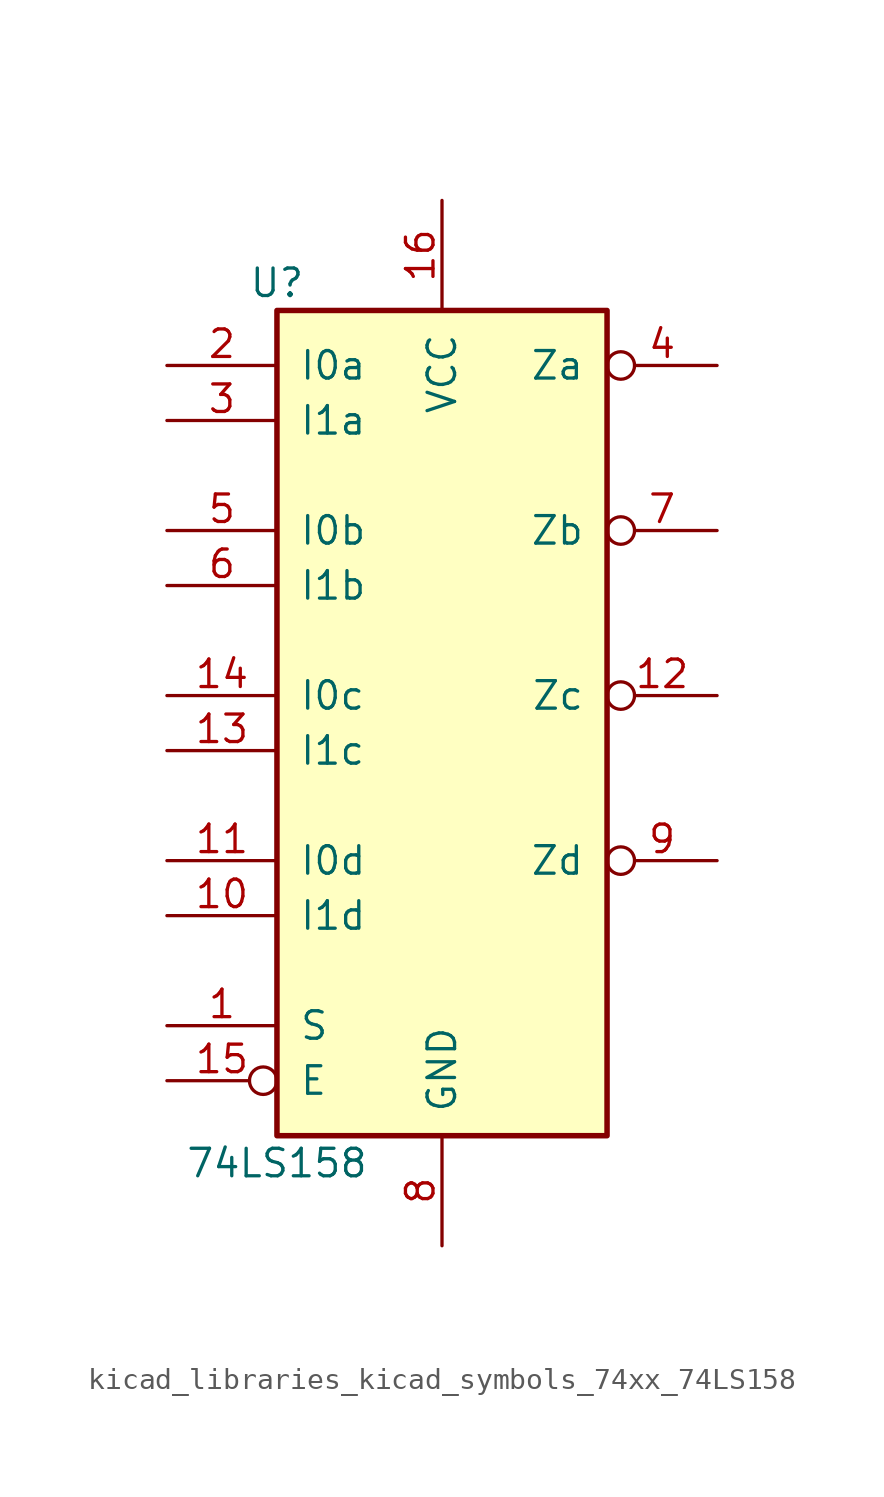
<source format=kicad_sym>
(kicad_symbol_lib
  (version 20220914)
  (generator kicad_symbol_editor)
  (symbol "kicad_libraries_kicad_symbols_74xx_74LS158"
    (pin_names
      (offset 1.016))
    (property "Reference" "U"
      (at -7.62 19.05 0)
      (effects (font (size 1.27 1.27))))
    (property "Value" "74LS158"
      (at -7.62 -21.59 0)
      (effects (font (size 1.27 1.27))))
    (property "ki_locked" ""
      (at 0 0 0)
      (effects (font (size 1.27 1.27))))
    (symbol "kicad_libraries_kicad_symbols_74xx_74LS158_1_0"
      (pin input line (at -12.7 -15.24 0) (length 5.08) (name "S" (effects (font (size 1.27 1.27)))) (number "1" (effects (font (size 1.27 1.27)))))
      (pin input line (at -12.7 -10.16 0) (length 5.08) (name "I1d" (effects (font (size 1.27 1.27)))) (number "10" (effects (font (size 1.27 1.27)))))
      (pin input line (at -12.7 -7.62 0) (length 5.08) (name "I0d" (effects (font (size 1.27 1.27)))) (number "11" (effects (font (size 1.27 1.27)))))
      (pin output inverted (at 12.7 0 180) (length 5.08) (name "Zc" (effects (font (size 1.27 1.27)))) (number "12" (effects (font (size 1.27 1.27)))))
      (pin input line (at -12.7 -2.54 0) (length 5.08) (name "I1c" (effects (font (size 1.27 1.27)))) (number "13" (effects (font (size 1.27 1.27)))))
      (pin input line (at -12.7 0 0) (length 5.08) (name "I0c" (effects (font (size 1.27 1.27)))) (number "14" (effects (font (size 1.27 1.27)))))
      (pin input inverted (at -12.7 -17.78 0) (length 5.08) (name "E" (effects (font (size 1.27 1.27)))) (number "15" (effects (font (size 1.27 1.27)))))
      (pin power_in line (at 0 22.86 270) (length 5.08) (name "VCC" (effects (font (size 1.27 1.27)))) (number "16" (effects (font (size 1.27 1.27)))))
      (pin input line (at -12.7 15.24 0) (length 5.08) (name "I0a" (effects (font (size 1.27 1.27)))) (number "2" (effects (font (size 1.27 1.27)))))
      (pin input line (at -12.7 12.7 0) (length 5.08) (name "I1a" (effects (font (size 1.27 1.27)))) (number "3" (effects (font (size 1.27 1.27)))))
      (pin output inverted (at 12.7 15.24 180) (length 5.08) (name "Za" (effects (font (size 1.27 1.27)))) (number "4" (effects (font (size 1.27 1.27)))))
      (pin input line (at -12.7 7.62 0) (length 5.08) (name "I0b" (effects (font (size 1.27 1.27)))) (number "5" (effects (font (size 1.27 1.27)))))
      (pin input line (at -12.7 5.08 0) (length 5.08) (name "I1b" (effects (font (size 1.27 1.27)))) (number "6" (effects (font (size 1.27 1.27)))))
      (pin output inverted (at 12.7 7.62 180) (length 5.08) (name "Zb" (effects (font (size 1.27 1.27)))) (number "7" (effects (font (size 1.27 1.27)))))
      (pin power_in line (at 0 -25.4 90) (length 5.08) (name "GND" (effects (font (size 1.27 1.27)))) (number "8" (effects (font (size 1.27 1.27)))))
      (pin output inverted (at 12.7 -7.62 180) (length 5.08) (name "Zd" (effects (font (size 1.27 1.27)))) (number "9" (effects (font (size 1.27 1.27))))))
    (symbol "kicad_libraries_kicad_symbols_74xx_74LS158_1_1"
      (rectangle (start -7.62 17.78) (end 7.62 -20.32) (stroke (width 0.254) (type default)) (fill (type background))))))
</source>
